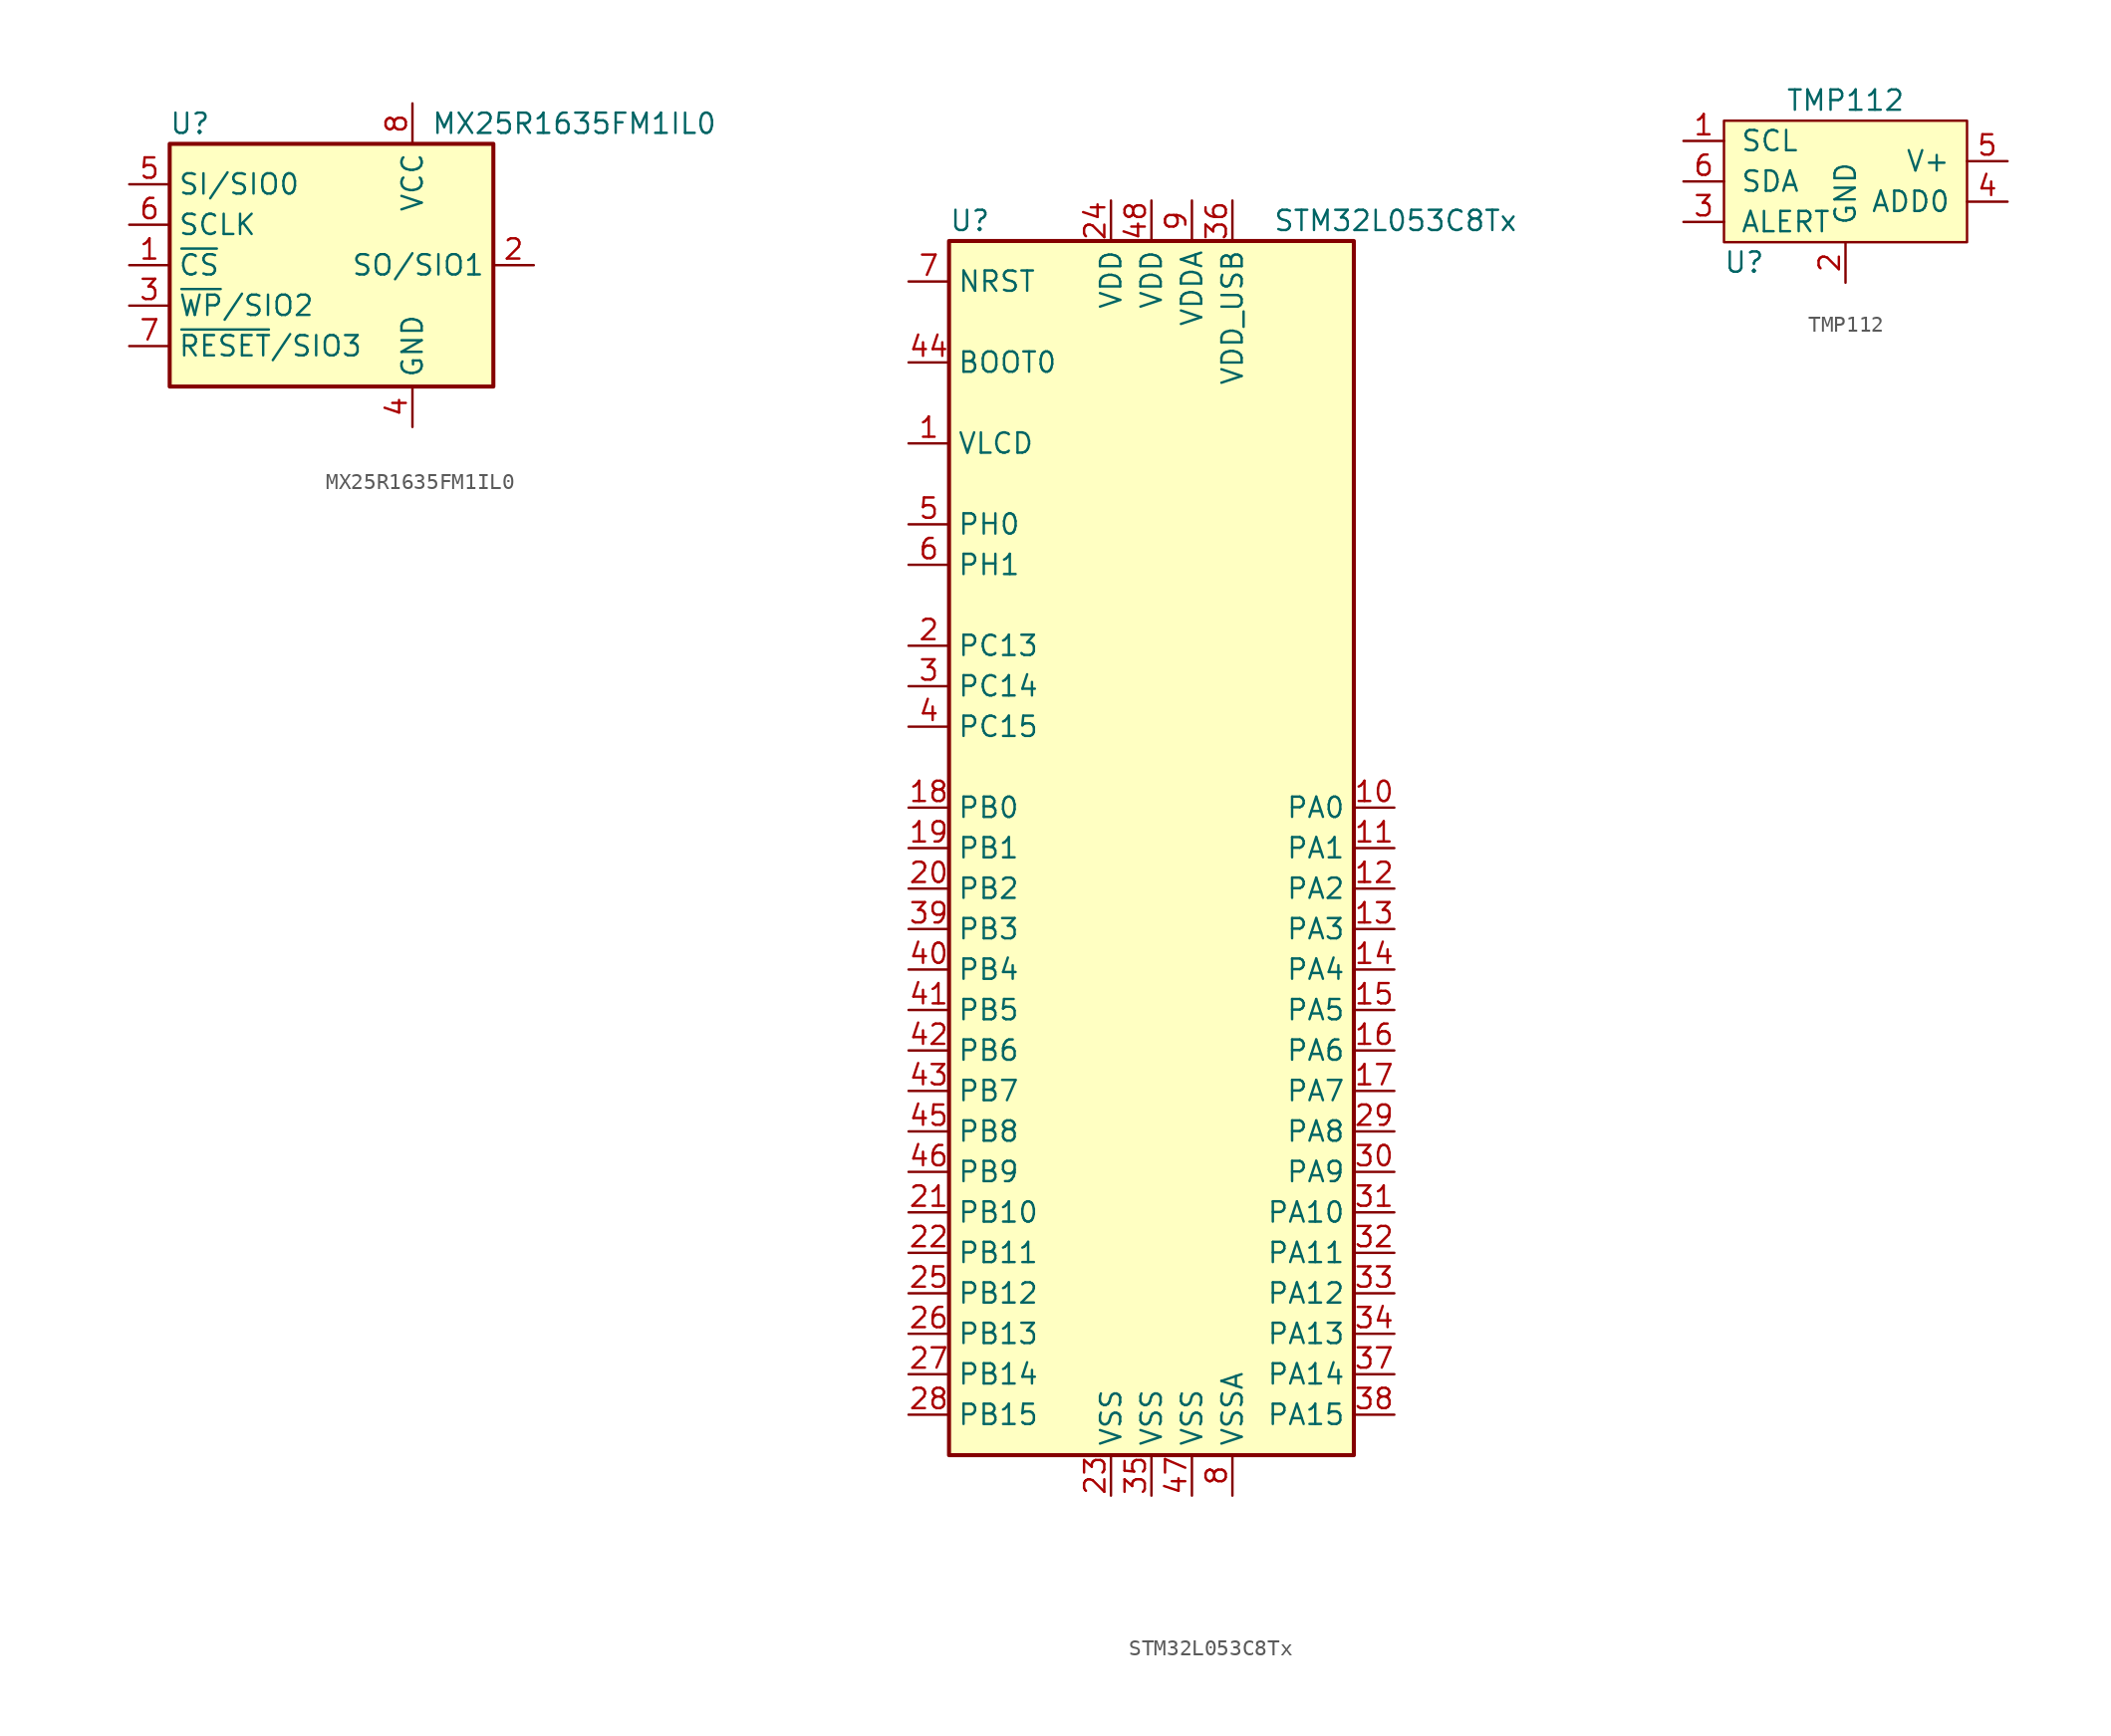
<source format=kicad_sym>
(kicad_symbol_lib
  (version 20220914)
  (generator kicad_symbol_editor)
  (symbol "MX25R1635FM1IL0"
    (property "Reference" "U"
      (at -8.89 8.89 0)
      (effects (font (size 1.27 1.27))))
    (property "Value" "MX25R1635FM1IL0"
      (at 15.24 8.89 0)
      (effects (font (size 1.27 1.27))))
    (symbol "MX25R1635FM1IL0_1_1"
      (rectangle (start -10.16 7.62) (end 10.16 -7.62) (stroke (width 0.254) (type default)) (fill (type background)))
      (pin input line (at -12.7 0 0) (length 2.54) (name "~{CS}" (effects (font (size 1.27 1.27)))) (number "1" (effects (font (size 1.27 1.27)))))
      (pin bidirectional line (at 12.7 0 180) (length 2.54) (name "SO/SIO1" (effects (font (size 1.27 1.27)))) (number "2" (effects (font (size 1.27 1.27)))))
      (pin bidirectional line (at -12.7 -2.54 0) (length 2.54) (name "~{WP}/SIO2" (effects (font (size 1.27 1.27)))) (number "3" (effects (font (size 1.27 1.27)))))
      (pin power_in line (at 5.08 -10.16 90) (length 2.54) (name "GND" (effects (font (size 1.27 1.27)))) (number "4" (effects (font (size 1.27 1.27)))))
      (pin bidirectional line (at -12.7 5.08 0) (length 2.54) (name "SI/SIO0" (effects (font (size 1.27 1.27)))) (number "5" (effects (font (size 1.27 1.27)))))
      (pin input line (at -12.7 2.54 0) (length 2.54) (name "SCLK" (effects (font (size 1.27 1.27)))) (number "6" (effects (font (size 1.27 1.27)))))
      (pin bidirectional line (at -12.7 -5.08 0) (length 2.54) (name "~{RESET}/SIO3" (effects (font (size 1.27 1.27)))) (number "7" (effects (font (size 1.27 1.27)))))
      (pin power_in line (at 5.08 10.16 270) (length 2.54) (name "VCC" (effects (font (size 1.27 1.27)))) (number "8" (effects (font (size 1.27 1.27)))))))
  (symbol "STM32L053C8Tx"
    (property "Reference" "U"
      (at -12.7 39.37 0)
      (effects (font (size 1.27 1.27)) (justify left)))
    (property "Value" "STM32L053C8Tx"
      (at 7.62 39.37 0)
      (effects (font (size 1.27 1.27)) (justify left)))
    (symbol "STM32L053C8Tx_0_1"
      (rectangle (start -12.7 -38.1) (end 12.7 38.1) (stroke (width 0.254) (type default)) (fill (type background))))
    (symbol "STM32L053C8Tx_1_1"
      (pin power_in line (at -15.24 25.4 0) (length 2.54) (name "VLCD" (effects (font (size 1.27 1.27)))) (number "1" (effects (font (size 1.27 1.27)))))
      (pin bidirectional line (at 15.24 2.54 180) (length 2.54) (name "PA0" (effects (font (size 1.27 1.27)))) (number "10" (effects (font (size 1.27 1.27)))))
      (pin bidirectional line (at 15.24 0 180) (length 2.54) (name "PA1" (effects (font (size 1.27 1.27)))) (number "11" (effects (font (size 1.27 1.27)))))
      (pin bidirectional line (at 15.24 -2.54 180) (length 2.54) (name "PA2" (effects (font (size 1.27 1.27)))) (number "12" (effects (font (size 1.27 1.27)))))
      (pin bidirectional line (at 15.24 -5.08 180) (length 2.54) (name "PA3" (effects (font (size 1.27 1.27)))) (number "13" (effects (font (size 1.27 1.27)))))
      (pin bidirectional line (at 15.24 -7.62 180) (length 2.54) (name "PA4" (effects (font (size 1.27 1.27)))) (number "14" (effects (font (size 1.27 1.27)))))
      (pin bidirectional line (at 15.24 -10.16 180) (length 2.54) (name "PA5" (effects (font (size 1.27 1.27)))) (number "15" (effects (font (size 1.27 1.27)))))
      (pin bidirectional line (at 15.24 -12.7 180) (length 2.54) (name "PA6" (effects (font (size 1.27 1.27)))) (number "16" (effects (font (size 1.27 1.27)))))
      (pin bidirectional line (at 15.24 -15.24 180) (length 2.54) (name "PA7" (effects (font (size 1.27 1.27)))) (number "17" (effects (font (size 1.27 1.27)))))
      (pin bidirectional line (at -15.24 2.54 0) (length 2.54) (name "PB0" (effects (font (size 1.27 1.27)))) (number "18" (effects (font (size 1.27 1.27)))))
      (pin bidirectional line (at -15.24 0 0) (length 2.54) (name "PB1" (effects (font (size 1.27 1.27)))) (number "19" (effects (font (size 1.27 1.27)))))
      (pin bidirectional line (at -15.24 12.7 0) (length 2.54) (name "PC13" (effects (font (size 1.27 1.27)))) (number "2" (effects (font (size 1.27 1.27)))))
      (pin bidirectional line (at -15.24 -2.54 0) (length 2.54) (name "PB2" (effects (font (size 1.27 1.27)))) (number "20" (effects (font (size 1.27 1.27)))))
      (pin bidirectional line (at -15.24 -22.86 0) (length 2.54) (name "PB10" (effects (font (size 1.27 1.27)))) (number "21" (effects (font (size 1.27 1.27)))))
      (pin bidirectional line (at -15.24 -25.4 0) (length 2.54) (name "PB11" (effects (font (size 1.27 1.27)))) (number "22" (effects (font (size 1.27 1.27)))))
      (pin power_in line (at -2.54 -40.64 90) (length 2.54) (name "VSS" (effects (font (size 1.27 1.27)))) (number "23" (effects (font (size 1.27 1.27)))))
      (pin power_in line (at -2.54 40.64 270) (length 2.54) (name "VDD" (effects (font (size 1.27 1.27)))) (number "24" (effects (font (size 1.27 1.27)))))
      (pin bidirectional line (at -15.24 -27.94 0) (length 2.54) (name "PB12" (effects (font (size 1.27 1.27)))) (number "25" (effects (font (size 1.27 1.27)))))
      (pin bidirectional line (at -15.24 -30.48 0) (length 2.54) (name "PB13" (effects (font (size 1.27 1.27)))) (number "26" (effects (font (size 1.27 1.27)))))
      (pin bidirectional line (at -15.24 -33.02 0) (length 2.54) (name "PB14" (effects (font (size 1.27 1.27)))) (number "27" (effects (font (size 1.27 1.27)))))
      (pin bidirectional line (at -15.24 -35.56 0) (length 2.54) (name "PB15" (effects (font (size 1.27 1.27)))) (number "28" (effects (font (size 1.27 1.27)))))
      (pin bidirectional line (at 15.24 -17.78 180) (length 2.54) (name "PA8" (effects (font (size 1.27 1.27)))) (number "29" (effects (font (size 1.27 1.27)))))
      (pin bidirectional line (at -15.24 10.16 0) (length 2.54) (name "PC14" (effects (font (size 1.27 1.27)))) (number "3" (effects (font (size 1.27 1.27)))))
      (pin bidirectional line (at 15.24 -20.32 180) (length 2.54) (name "PA9" (effects (font (size 1.27 1.27)))) (number "30" (effects (font (size 1.27 1.27)))))
      (pin bidirectional line (at 15.24 -22.86 180) (length 2.54) (name "PA10" (effects (font (size 1.27 1.27)))) (number "31" (effects (font (size 1.27 1.27)))))
      (pin bidirectional line (at 15.24 -25.4 180) (length 2.54) (name "PA11" (effects (font (size 1.27 1.27)))) (number "32" (effects (font (size 1.27 1.27)))))
      (pin bidirectional line (at 15.24 -27.94 180) (length 2.54) (name "PA12" (effects (font (size 1.27 1.27)))) (number "33" (effects (font (size 1.27 1.27)))))
      (pin bidirectional line (at 15.24 -30.48 180) (length 2.54) (name "PA13" (effects (font (size 1.27 1.27)))) (number "34" (effects (font (size 1.27 1.27)))))
      (pin power_in line (at 0 -40.64 90) (length 2.54) (name "VSS" (effects (font (size 1.27 1.27)))) (number "35" (effects (font (size 1.27 1.27)))))
      (pin power_in line (at 5.08 40.64 270) (length 2.54) (name "VDD_USB" (effects (font (size 1.27 1.27)))) (number "36" (effects (font (size 1.27 1.27)))))
      (pin bidirectional line (at 15.24 -33.02 180) (length 2.54) (name "PA14" (effects (font (size 1.27 1.27)))) (number "37" (effects (font (size 1.27 1.27)))))
      (pin bidirectional line (at 15.24 -35.56 180) (length 2.54) (name "PA15" (effects (font (size 1.27 1.27)))) (number "38" (effects (font (size 1.27 1.27)))))
      (pin bidirectional line (at -15.24 -5.08 0) (length 2.54) (name "PB3" (effects (font (size 1.27 1.27)))) (number "39" (effects (font (size 1.27 1.27)))))
      (pin bidirectional line (at -15.24 7.62 0) (length 2.54) (name "PC15" (effects (font (size 1.27 1.27)))) (number "4" (effects (font (size 1.27 1.27)))))
      (pin bidirectional line (at -15.24 -7.62 0) (length 2.54) (name "PB4" (effects (font (size 1.27 1.27)))) (number "40" (effects (font (size 1.27 1.27)))))
      (pin bidirectional line (at -15.24 -10.16 0) (length 2.54) (name "PB5" (effects (font (size 1.27 1.27)))) (number "41" (effects (font (size 1.27 1.27)))))
      (pin bidirectional line (at -15.24 -12.7 0) (length 2.54) (name "PB6" (effects (font (size 1.27 1.27)))) (number "42" (effects (font (size 1.27 1.27)))))
      (pin bidirectional line (at -15.24 -15.24 0) (length 2.54) (name "PB7" (effects (font (size 1.27 1.27)))) (number "43" (effects (font (size 1.27 1.27)))))
      (pin input line (at -15.24 30.48 0) (length 2.54) (name "BOOT0" (effects (font (size 1.27 1.27)))) (number "44" (effects (font (size 1.27 1.27)))))
      (pin bidirectional line (at -15.24 -17.78 0) (length 2.54) (name "PB8" (effects (font (size 1.27 1.27)))) (number "45" (effects (font (size 1.27 1.27)))))
      (pin bidirectional line (at -15.24 -20.32 0) (length 2.54) (name "PB9" (effects (font (size 1.27 1.27)))) (number "46" (effects (font (size 1.27 1.27)))))
      (pin power_in line (at 2.54 -40.64 90) (length 2.54) (name "VSS" (effects (font (size 1.27 1.27)))) (number "47" (effects (font (size 1.27 1.27)))))
      (pin power_in line (at 0 40.64 270) (length 2.54) (name "VDD" (effects (font (size 1.27 1.27)))) (number "48" (effects (font (size 1.27 1.27)))))
      (pin input line (at -15.24 20.32 0) (length 2.54) (name "PH0" (effects (font (size 1.27 1.27)))) (number "5" (effects (font (size 1.27 1.27)))))
      (pin input line (at -15.24 17.78 0) (length 2.54) (name "PH1" (effects (font (size 1.27 1.27)))) (number "6" (effects (font (size 1.27 1.27)))))
      (pin input line (at -15.24 35.56 0) (length 2.54) (name "NRST" (effects (font (size 1.27 1.27)))) (number "7" (effects (font (size 1.27 1.27)))))
      (pin power_in line (at 5.08 -40.64 90) (length 2.54) (name "VSSA" (effects (font (size 1.27 1.27)))) (number "8" (effects (font (size 1.27 1.27)))))
      (pin power_in line (at 2.54 40.64 270) (length 2.54) (name "VDDA" (effects (font (size 1.27 1.27)))) (number "9" (effects (font (size 1.27 1.27)))))))
  (symbol "TMP112"
    (pin_names
      (offset 1.016))
    (property "Reference" "U"
      (at -6.35 -5.08 0)
      (effects (font (size 1.27 1.27))))
    (property "Value" "TMP112"
      (at 0 5.08 0)
      (effects (font (size 1.27 1.27))))
    (symbol "TMP112_0_1"
      (rectangle (start -7.62 3.81) (end 7.62 -3.81) (stroke (width 0) (type default)) (fill (type background))))
    (symbol "TMP112_1_1"
      (pin input line (at -10.16 2.54 0) (length 2.54) (name "SCL" (effects (font (size 1.27 1.27)))) (number "1" (effects (font (size 1.27 1.27)))))
      (pin power_in line (at 0 -6.35 90) (length 2.54) (name "GND" (effects (font (size 1.27 1.27)))) (number "2" (effects (font (size 1.27 1.27)))))
      (pin output line (at -10.16 -2.54 0) (length 2.54) (name "ALERT" (effects (font (size 1.27 1.27)))) (number "3" (effects (font (size 1.27 1.27)))))
      (pin input line (at 10.16 -1.27 180) (length 2.54) (name "ADD0" (effects (font (size 1.27 1.27)))) (number "4" (effects (font (size 1.27 1.27)))))
      (pin power_in line (at 10.16 1.27 180) (length 2.54) (name "V+" (effects (font (size 1.27 1.27)))) (number "5" (effects (font (size 1.27 1.27)))))
      (pin bidirectional line (at -10.16 0 0) (length 2.54) (name "SDA" (effects (font (size 1.27 1.27)))) (number "6" (effects (font (size 1.27 1.27))))))))
</source>
